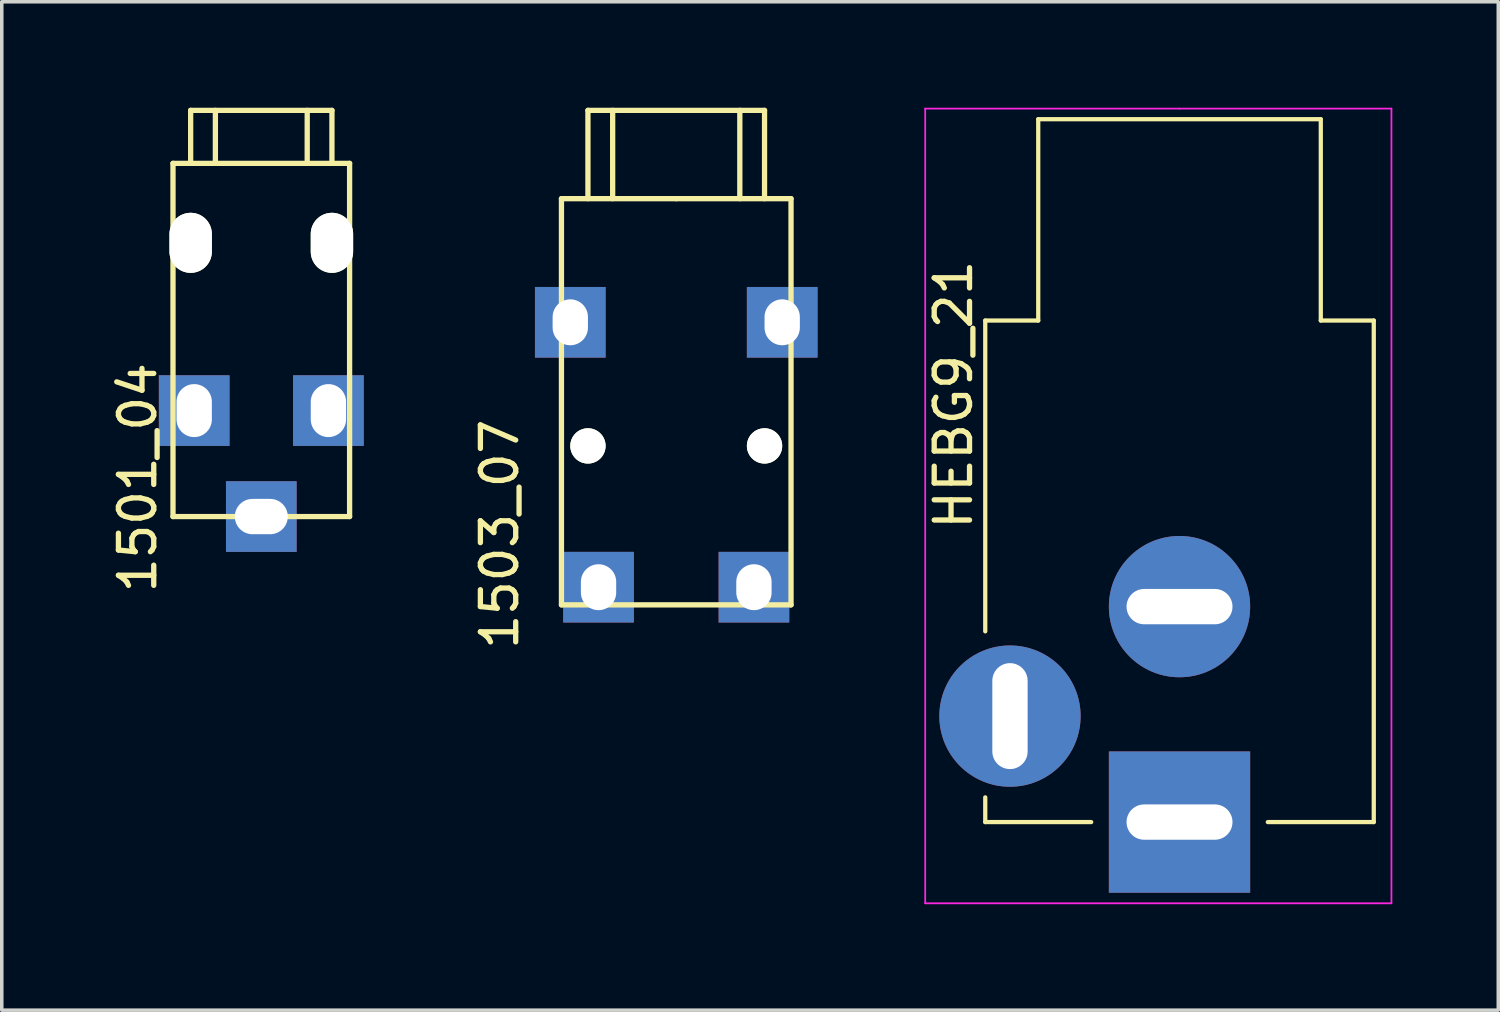
<source format=kicad_pcb>
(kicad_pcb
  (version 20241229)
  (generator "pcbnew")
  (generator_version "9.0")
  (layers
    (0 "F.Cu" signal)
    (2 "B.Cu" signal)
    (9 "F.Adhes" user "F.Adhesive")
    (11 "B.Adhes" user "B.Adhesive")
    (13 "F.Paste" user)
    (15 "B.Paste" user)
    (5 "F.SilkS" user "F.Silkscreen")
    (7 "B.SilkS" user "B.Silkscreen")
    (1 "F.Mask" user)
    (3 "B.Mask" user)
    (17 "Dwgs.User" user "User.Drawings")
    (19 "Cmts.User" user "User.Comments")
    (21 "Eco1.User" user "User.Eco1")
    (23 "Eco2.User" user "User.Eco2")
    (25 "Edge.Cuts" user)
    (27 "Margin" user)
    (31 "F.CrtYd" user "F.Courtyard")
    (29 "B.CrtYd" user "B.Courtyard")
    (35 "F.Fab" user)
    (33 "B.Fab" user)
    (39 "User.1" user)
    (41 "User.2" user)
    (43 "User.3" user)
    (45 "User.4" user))
  (footprint "1503_07"
    (layer "F.Cu")
    (at 16.096 2.575)
    (property "Reference" "1503_07" (at -5 9.5 90) (layer "F.SilkS") (effects (font (size 1 1) (thickness 0.15))))
    (attr through_hole)
    (fp_line (start -3.25 0) (end 0 0) (stroke (width 0.15) (type solid)) (layer "F.SilkS"))
    (fp_line (start -3.25 11.5) (end -3.25 0) (stroke (width 0.15) (type solid)) (layer "F.SilkS"))
    (fp_line (start -2.5 -2.5) (end 2.5 -2.5) (stroke (width 0.15) (type solid)) (layer "F.SilkS"))
    (fp_line (start -2.5 0) (end -2.5 -2.5) (stroke (width 0.15) (type solid)) (layer "F.SilkS"))
    (fp_line (start -1.8 -2.5) (end -1.8 0) (stroke (width 0.15) (type solid)) (layer "F.SilkS"))
    (fp_line (start 0 0) (end 3.25 0) (stroke (width 0.15) (type solid)) (layer "F.SilkS"))
    (fp_line (start 1.8 -2.5) (end 1.8 0) (stroke (width 0.15) (type solid)) (layer "F.SilkS"))
    (fp_line (start 2.5 -2.5) (end 2.5 0) (stroke (width 0.15) (type solid)) (layer "F.SilkS"))
    (fp_line (start 3.25 0) (end 3.25 11.5) (stroke (width 0.15) (type solid)) (layer "F.SilkS"))
    (fp_line (start 3.25 11.5) (end -3.25 11.5) (stroke (width 0.15) (type solid)) (layer "F.SilkS"))
    (pad "" np_thru_hole circle (at -2.5 7) (size 1 1) (drill 1) (layers "*.Cu" "*.Mask" "F.SilkS"))
    (pad "" np_thru_hole circle (at 2.5 7) (size 1 1) (drill 1) (layers "*.Cu" "*.Mask" "F.SilkS"))
    (pad "1" thru_hole rect (at -3 3.5) (size 2 2) (drill oval 1 1.3) (layers "*.Cu" "*.Mask"))
    (pad "1" thru_hole rect (at 3 3.5) (size 2 2) (drill oval 1 1.3) (layers "*.Cu" "*.Mask"))
    (pad "2" thru_hole rect (at 2.2 11) (size 2 2) (drill oval 1 1.3) (layers "*.Cu" "*.Mask"))
    (pad "3" thru_hole rect (at -2.2 11) (size 2 2) (drill oval 1 1.3) (layers "*.Cu" "*.Mask")))
  (footprint "HEBG9_21"
    (layer "F.Cu")
    (at 30.345 6.025)
    (property "Reference" "HEBG9_21" (at -6.4 2.1 270) (layer "F.SilkS") (effects (font (size 1 1) (thickness 0.15))))
    (attr through_hole)
    (fp_line (start -5.5 0) (end -5.5 8.8) (stroke (width 0.12) (type solid)) (layer "F.SilkS"))
    (fp_line (start -5.5 0) (end -4 0) (stroke (width 0.12) (type solid)) (layer "F.SilkS"))
    (fp_line (start -5.5 13.5) (end -5.5 14.2) (stroke (width 0.12) (type solid)) (layer "F.SilkS"))
    (fp_line (start -5.5 14.2) (end -2.5 14.2) (stroke (width 0.12) (type solid)) (layer "F.SilkS"))
    (fp_line (start -4 -5.7) (end 4 -5.7) (stroke (width 0.12) (type solid)) (layer "F.SilkS"))
    (fp_line (start -4 0) (end -4 -5.7) (stroke (width 0.12) (type solid)) (layer "F.SilkS"))
    (fp_line (start 4 -5.7) (end 4 0) (stroke (width 0.12) (type solid)) (layer "F.SilkS"))
    (fp_line (start 4 0) (end 5.5 0) (stroke (width 0.12) (type solid)) (layer "F.SilkS"))
    (fp_line (start 5.5 0) (end 5.5 14.2) (stroke (width 0.12) (type solid)) (layer "F.SilkS"))
    (fp_line (start 5.5 14.2) (end 2.5 14.2) (stroke (width 0.12) (type solid)) (layer "F.SilkS"))
    (fp_line (start -7.2 -6) (end 0 -6) (stroke (width 0.05) (type solid)) (layer "F.CrtYd"))
    (fp_line (start -7.2 16.5) (end -7.2 -6) (stroke (width 0.05) (type solid)) (layer "F.CrtYd"))
    (fp_line (start 0 -6) (end 6 -6) (stroke (width 0.05) (type solid)) (layer "F.CrtYd"))
    (fp_line (start 6 -6) (end 6 16.5) (stroke (width 0.05) (type solid)) (layer "F.CrtYd"))
    (fp_line (start 6 16.5) (end -7.2 16.5) (stroke (width 0.05) (type solid)) (layer "F.CrtYd"))
    (pad "1" thru_hole rect (at 0 14.2 270) (size 4 4) (drill oval 1 3) (layers "*.Cu" "*.Mask"))
    (pad "2" thru_hole circle (at 0 8.1 270) (size 4 4) (drill oval 1 3) (layers "*.Cu" "*.Mask"))
    (pad "3" thru_hole circle (at -4.8 11.2 270) (size 4 4) (drill oval 3 1) (layers "*.Cu" "*.Mask")))
  (footprint "1501_04"
    (layer "F.Cu")
    (at 4.348 1.575)
    (property "Reference" "1501_04" (at -3.5 8.9 90) (layer "F.SilkS") (effects (font (size 1 1) (thickness 0.15))))
    (attr through_hole)
    (fp_line (start -2.5 0) (end 2.5 0) (stroke (width 0.15) (type solid)) (layer "F.SilkS"))
    (fp_line (start -2.5 10) (end -2.5 0) (stroke (width 0.15) (type solid)) (layer "F.SilkS"))
    (fp_line (start -2 -1.5) (end 2 -1.5) (stroke (width 0.15) (type solid)) (layer "F.SilkS"))
    (fp_line (start -2 0) (end -2 -1.5) (stroke (width 0.15) (type solid)) (layer "F.SilkS"))
    (fp_line (start -1.3 0) (end -1.3 -1.5) (stroke (width 0.15) (type solid)) (layer "F.SilkS"))
    (fp_line (start 1.3 0) (end 1.3 -1.5) (stroke (width 0.15) (type solid)) (layer "F.SilkS"))
    (fp_line (start 2 -1.5) (end 2 0) (stroke (width 0.15) (type solid)) (layer "F.SilkS"))
    (fp_line (start 2.5 0) (end 2.5 10) (stroke (width 0.15) (type solid)) (layer "F.SilkS"))
    (fp_line (start 2.5 10) (end -2.5 10) (stroke (width 0.15) (type solid)) (layer "F.SilkS"))
    (pad "" np_thru_hole oval (at -2 2.25) (size 1.2 1.7) (drill oval 1.2 1.7) (layers "*.Cu" "*.Mask" "F.SilkS"))
    (pad "" np_thru_hole oval (at 2 2.25) (size 1.2 1.7) (drill oval 1.2 1.7) (layers "*.Cu" "*.Mask" "F.SilkS"))
    (pad "1" thru_hole rect (at 0 10 90) (size 2 2) (drill oval 1 1.5) (layers "*.Cu" "*.Mask"))
    (pad "2" thru_hole rect (at 1.9 7) (size 2 2) (drill oval 1 1.5) (layers "*.Cu" "*.Mask"))
    (pad "3" thru_hole rect (at -1.9 7) (size 2 2) (drill oval 1 1.5) (layers "*.Cu" "*.Mask")))
  (gr_rect
    (start -3 -3)
    (end 39.37 25.55)
    (stroke (width 0.1) (type default))
    (fill no)
    (layer "Edge.Cuts")))
</source>
